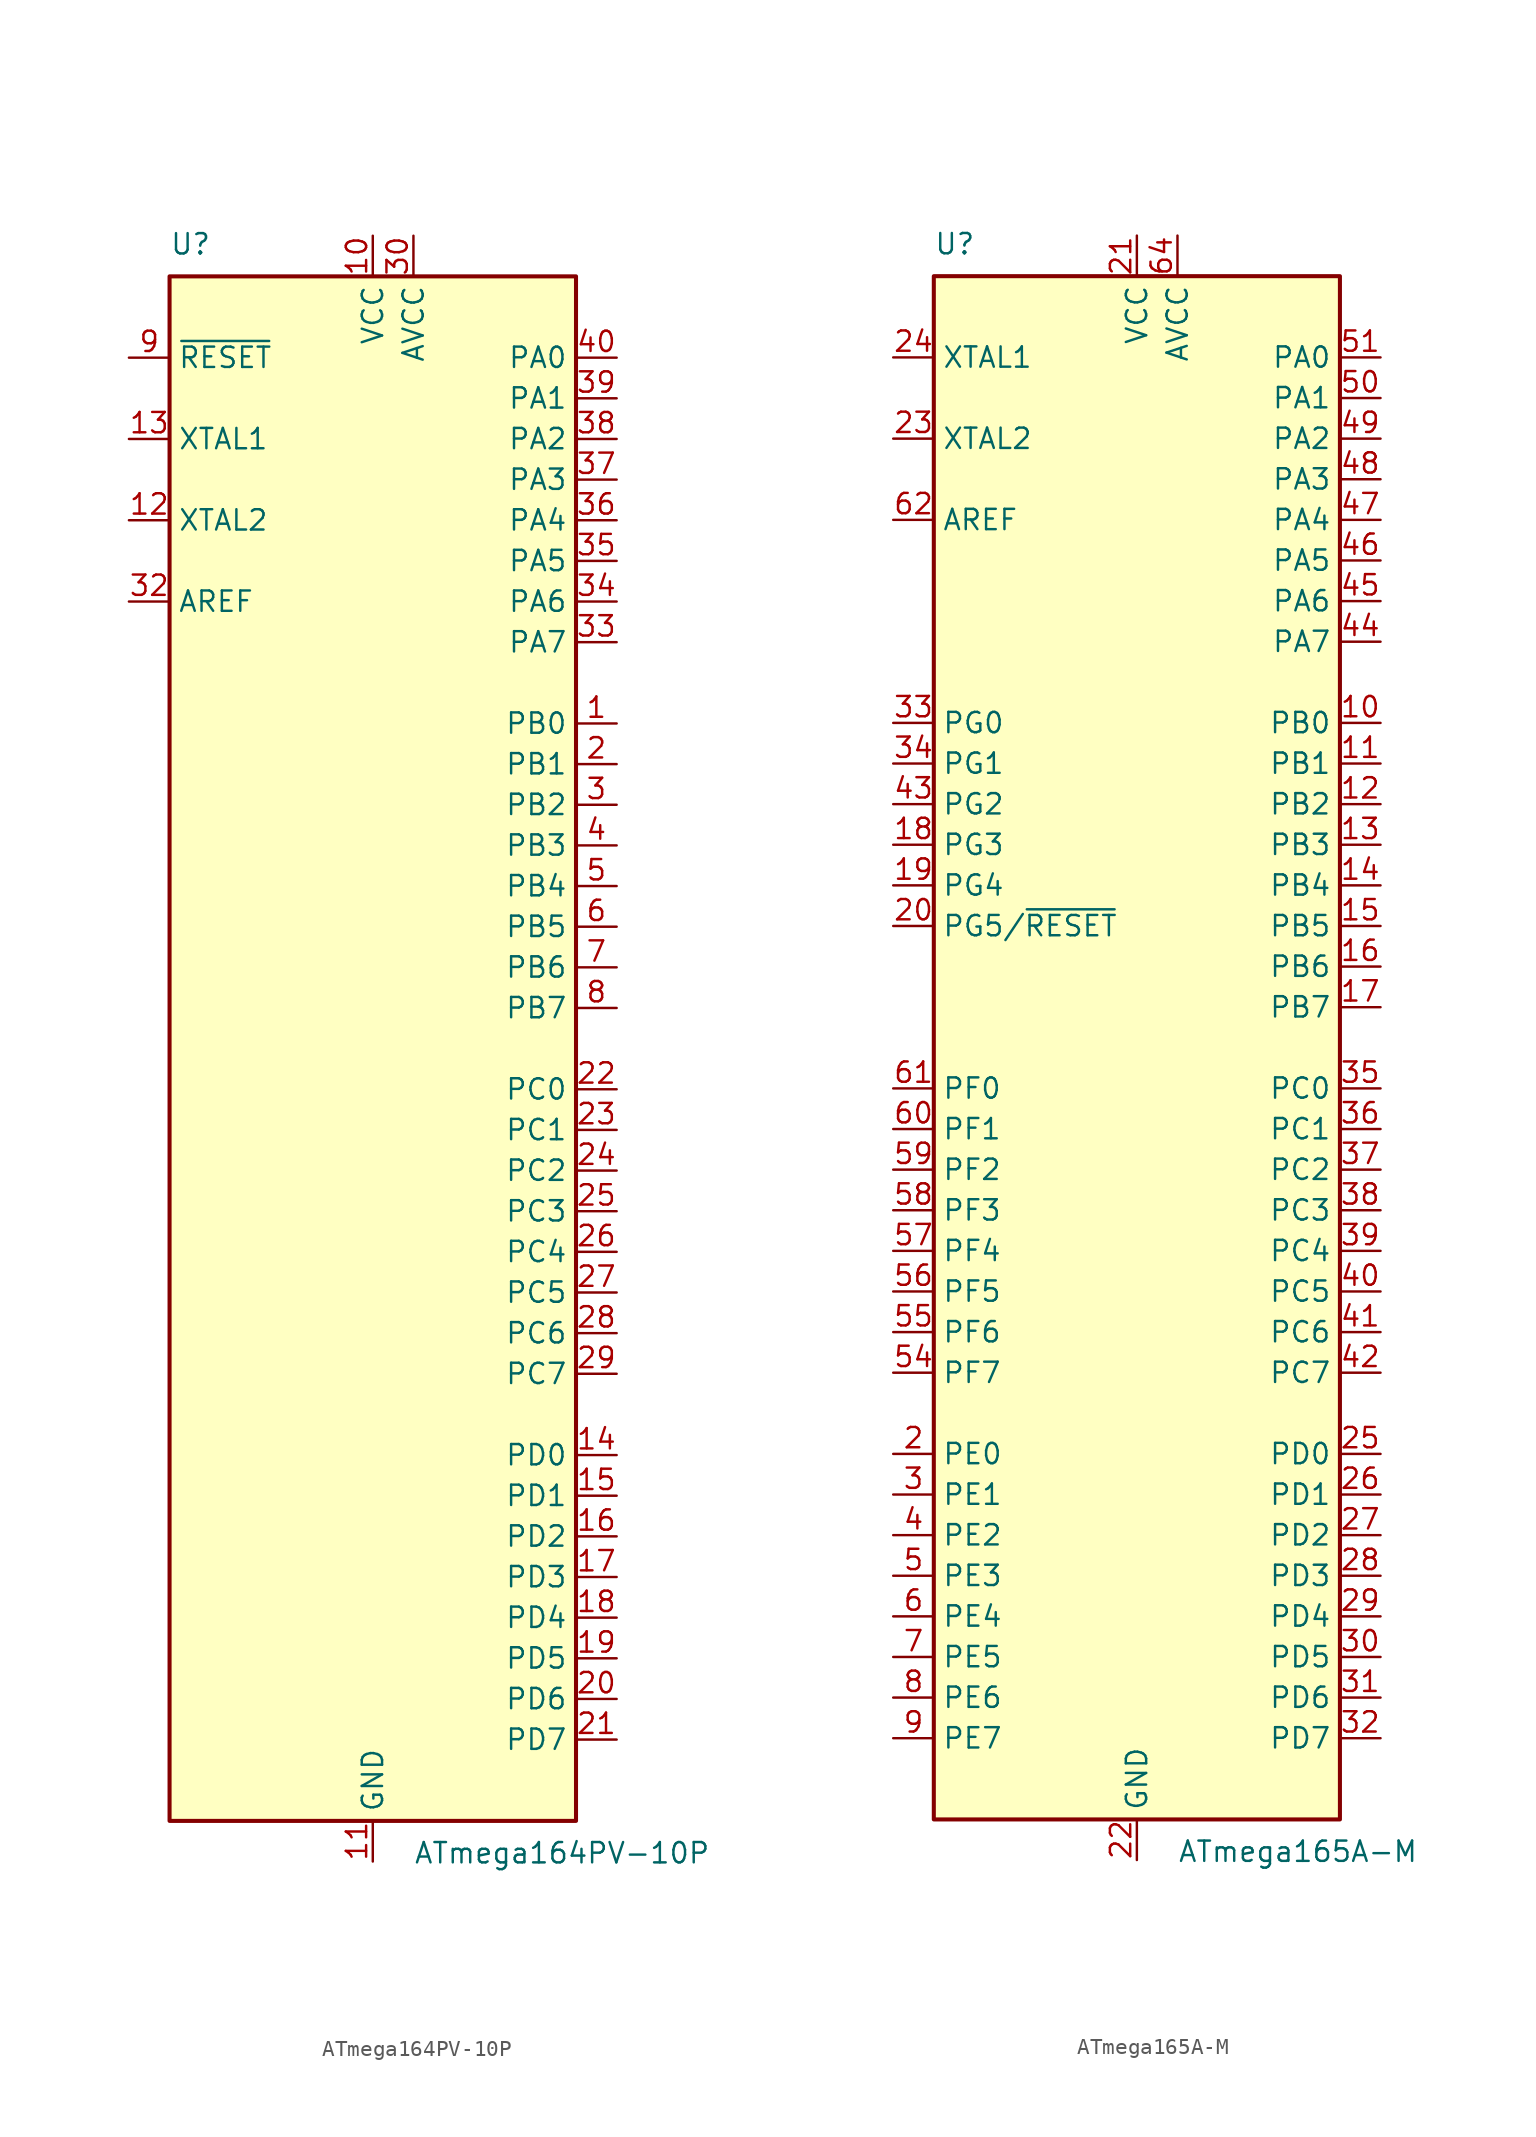
<source format=kicad_sym>
(kicad_symbol_lib
  (version 20220914)
  (generator kicad_symbol_editor)
  (symbol "ATmega164PV-10P"
    (property "Reference" "U"
      (at -12.7 49.53 0)
      (effects (font (size 1.27 1.27)) (justify left bottom)))
    (property "Value" "ATmega164PV-10P"
      (at 2.54 -49.53 0)
      (effects (font (size 1.27 1.27)) (justify left top)))
    (symbol "ATmega164PV-10P_0_1"
      (rectangle (start -12.7 -48.26) (end 12.7 48.26) (stroke (width 0.254) (type default)) (fill (type background))))
    (symbol "ATmega164PV-10P_1_1"
      (pin bidirectional line (at 15.24 20.32 180) (length 2.54) (name "PB0" (effects (font (size 1.27 1.27)))) (number "1" (effects (font (size 1.27 1.27)))))
      (pin power_in line (at 0 50.8 270) (length 2.54) (name "VCC" (effects (font (size 1.27 1.27)))) (number "10" (effects (font (size 1.27 1.27)))))
      (pin power_in line (at 0 -50.8 90) (length 2.54) (name "GND" (effects (font (size 1.27 1.27)))) (number "11" (effects (font (size 1.27 1.27)))))
      (pin output line (at -15.24 33.02 0) (length 2.54) (name "XTAL2" (effects (font (size 1.27 1.27)))) (number "12" (effects (font (size 1.27 1.27)))))
      (pin input line (at -15.24 38.1 0) (length 2.54) (name "XTAL1" (effects (font (size 1.27 1.27)))) (number "13" (effects (font (size 1.27 1.27)))))
      (pin bidirectional line (at 15.24 -25.4 180) (length 2.54) (name "PD0" (effects (font (size 1.27 1.27)))) (number "14" (effects (font (size 1.27 1.27)))))
      (pin bidirectional line (at 15.24 -27.94 180) (length 2.54) (name "PD1" (effects (font (size 1.27 1.27)))) (number "15" (effects (font (size 1.27 1.27)))))
      (pin bidirectional line (at 15.24 -30.48 180) (length 2.54) (name "PD2" (effects (font (size 1.27 1.27)))) (number "16" (effects (font (size 1.27 1.27)))))
      (pin bidirectional line (at 15.24 -33.02 180) (length 2.54) (name "PD3" (effects (font (size 1.27 1.27)))) (number "17" (effects (font (size 1.27 1.27)))))
      (pin bidirectional line (at 15.24 -35.56 180) (length 2.54) (name "PD4" (effects (font (size 1.27 1.27)))) (number "18" (effects (font (size 1.27 1.27)))))
      (pin bidirectional line (at 15.24 -38.1 180) (length 2.54) (name "PD5" (effects (font (size 1.27 1.27)))) (number "19" (effects (font (size 1.27 1.27)))))
      (pin bidirectional line (at 15.24 17.78 180) (length 2.54) (name "PB1" (effects (font (size 1.27 1.27)))) (number "2" (effects (font (size 1.27 1.27)))))
      (pin bidirectional line (at 15.24 -40.64 180) (length 2.54) (name "PD6" (effects (font (size 1.27 1.27)))) (number "20" (effects (font (size 1.27 1.27)))))
      (pin bidirectional line (at 15.24 -43.18 180) (length 2.54) (name "PD7" (effects (font (size 1.27 1.27)))) (number "21" (effects (font (size 1.27 1.27)))))
      (pin bidirectional line (at 15.24 -2.54 180) (length 2.54) (name "PC0" (effects (font (size 1.27 1.27)))) (number "22" (effects (font (size 1.27 1.27)))))
      (pin bidirectional line (at 15.24 -5.08 180) (length 2.54) (name "PC1" (effects (font (size 1.27 1.27)))) (number "23" (effects (font (size 1.27 1.27)))))
      (pin bidirectional line (at 15.24 -7.62 180) (length 2.54) (name "PC2" (effects (font (size 1.27 1.27)))) (number "24" (effects (font (size 1.27 1.27)))))
      (pin bidirectional line (at 15.24 -10.16 180) (length 2.54) (name "PC3" (effects (font (size 1.27 1.27)))) (number "25" (effects (font (size 1.27 1.27)))))
      (pin bidirectional line (at 15.24 -12.7 180) (length 2.54) (name "PC4" (effects (font (size 1.27 1.27)))) (number "26" (effects (font (size 1.27 1.27)))))
      (pin bidirectional line (at 15.24 -15.24 180) (length 2.54) (name "PC5" (effects (font (size 1.27 1.27)))) (number "27" (effects (font (size 1.27 1.27)))))
      (pin bidirectional line (at 15.24 -17.78 180) (length 2.54) (name "PC6" (effects (font (size 1.27 1.27)))) (number "28" (effects (font (size 1.27 1.27)))))
      (pin bidirectional line (at 15.24 -20.32 180) (length 2.54) (name "PC7" (effects (font (size 1.27 1.27)))) (number "29" (effects (font (size 1.27 1.27)))))
      (pin bidirectional line (at 15.24 15.24 180) (length 2.54) (name "PB2" (effects (font (size 1.27 1.27)))) (number "3" (effects (font (size 1.27 1.27)))))
      (pin power_in line (at 2.54 50.8 270) (length 2.54) (name "AVCC" (effects (font (size 1.27 1.27)))) (number "30" (effects (font (size 1.27 1.27)))))
      (pin passive line (at 0 -50.8 90) (length 2.54) hide (name "GND" (effects (font (size 1.27 1.27)))) (number "31" (effects (font (size 1.27 1.27)))))
      (pin passive line (at -15.24 27.94 0) (length 2.54) (name "AREF" (effects (font (size 1.27 1.27)))) (number "32" (effects (font (size 1.27 1.27)))))
      (pin bidirectional line (at 15.24 25.4 180) (length 2.54) (name "PA7" (effects (font (size 1.27 1.27)))) (number "33" (effects (font (size 1.27 1.27)))))
      (pin bidirectional line (at 15.24 27.94 180) (length 2.54) (name "PA6" (effects (font (size 1.27 1.27)))) (number "34" (effects (font (size 1.27 1.27)))))
      (pin bidirectional line (at 15.24 30.48 180) (length 2.54) (name "PA5" (effects (font (size 1.27 1.27)))) (number "35" (effects (font (size 1.27 1.27)))))
      (pin bidirectional line (at 15.24 33.02 180) (length 2.54) (name "PA4" (effects (font (size 1.27 1.27)))) (number "36" (effects (font (size 1.27 1.27)))))
      (pin bidirectional line (at 15.24 35.56 180) (length 2.54) (name "PA3" (effects (font (size 1.27 1.27)))) (number "37" (effects (font (size 1.27 1.27)))))
      (pin bidirectional line (at 15.24 38.1 180) (length 2.54) (name "PA2" (effects (font (size 1.27 1.27)))) (number "38" (effects (font (size 1.27 1.27)))))
      (pin bidirectional line (at 15.24 40.64 180) (length 2.54) (name "PA1" (effects (font (size 1.27 1.27)))) (number "39" (effects (font (size 1.27 1.27)))))
      (pin bidirectional line (at 15.24 12.7 180) (length 2.54) (name "PB3" (effects (font (size 1.27 1.27)))) (number "4" (effects (font (size 1.27 1.27)))))
      (pin bidirectional line (at 15.24 43.18 180) (length 2.54) (name "PA0" (effects (font (size 1.27 1.27)))) (number "40" (effects (font (size 1.27 1.27)))))
      (pin bidirectional line (at 15.24 10.16 180) (length 2.54) (name "PB4" (effects (font (size 1.27 1.27)))) (number "5" (effects (font (size 1.27 1.27)))))
      (pin bidirectional line (at 15.24 7.62 180) (length 2.54) (name "PB5" (effects (font (size 1.27 1.27)))) (number "6" (effects (font (size 1.27 1.27)))))
      (pin bidirectional line (at 15.24 5.08 180) (length 2.54) (name "PB6" (effects (font (size 1.27 1.27)))) (number "7" (effects (font (size 1.27 1.27)))))
      (pin bidirectional line (at 15.24 2.54 180) (length 2.54) (name "PB7" (effects (font (size 1.27 1.27)))) (number "8" (effects (font (size 1.27 1.27)))))
      (pin input line (at -15.24 43.18 0) (length 2.54) (name "~{RESET}" (effects (font (size 1.27 1.27)))) (number "9" (effects (font (size 1.27 1.27)))))))
  (symbol "ATmega165A-M"
    (property "Reference" "U"
      (at -12.7 49.53 0)
      (effects (font (size 1.27 1.27)) (justify left bottom)))
    (property "Value" "ATmega165A-M"
      (at 2.54 -49.53 0)
      (effects (font (size 1.27 1.27)) (justify left top)))
    (symbol "ATmega165A-M_0_1"
      (rectangle (start -12.7 -48.26) (end 12.7 48.26) (stroke (width 0.254) (type default)) (fill (type background))))
    (symbol "ATmega165A-M_1_1"
      (pin no_connect line (at -12.7 -45.72 0) (length 2.54) hide (name "NC" (effects (font (size 1.27 1.27)))) (number "1" (effects (font (size 1.27 1.27)))))
      (pin bidirectional line (at 15.24 20.32 180) (length 2.54) (name "PB0" (effects (font (size 1.27 1.27)))) (number "10" (effects (font (size 1.27 1.27)))))
      (pin bidirectional line (at 15.24 17.78 180) (length 2.54) (name "PB1" (effects (font (size 1.27 1.27)))) (number "11" (effects (font (size 1.27 1.27)))))
      (pin bidirectional line (at 15.24 15.24 180) (length 2.54) (name "PB2" (effects (font (size 1.27 1.27)))) (number "12" (effects (font (size 1.27 1.27)))))
      (pin bidirectional line (at 15.24 12.7 180) (length 2.54) (name "PB3" (effects (font (size 1.27 1.27)))) (number "13" (effects (font (size 1.27 1.27)))))
      (pin bidirectional line (at 15.24 10.16 180) (length 2.54) (name "PB4" (effects (font (size 1.27 1.27)))) (number "14" (effects (font (size 1.27 1.27)))))
      (pin bidirectional line (at 15.24 7.62 180) (length 2.54) (name "PB5" (effects (font (size 1.27 1.27)))) (number "15" (effects (font (size 1.27 1.27)))))
      (pin bidirectional line (at 15.24 5.08 180) (length 2.54) (name "PB6" (effects (font (size 1.27 1.27)))) (number "16" (effects (font (size 1.27 1.27)))))
      (pin bidirectional line (at 15.24 2.54 180) (length 2.54) (name "PB7" (effects (font (size 1.27 1.27)))) (number "17" (effects (font (size 1.27 1.27)))))
      (pin bidirectional line (at -15.24 12.7 0) (length 2.54) (name "PG3" (effects (font (size 1.27 1.27)))) (number "18" (effects (font (size 1.27 1.27)))))
      (pin bidirectional line (at -15.24 10.16 0) (length 2.54) (name "PG4" (effects (font (size 1.27 1.27)))) (number "19" (effects (font (size 1.27 1.27)))))
      (pin bidirectional line (at -15.24 -25.4 0) (length 2.54) (name "PE0" (effects (font (size 1.27 1.27)))) (number "2" (effects (font (size 1.27 1.27)))))
      (pin bidirectional line (at -15.24 7.62 0) (length 2.54) (name "PG5/~{RESET}" (effects (font (size 1.27 1.27)))) (number "20" (effects (font (size 1.27 1.27)))))
      (pin power_in line (at 0 50.8 270) (length 2.54) (name "VCC" (effects (font (size 1.27 1.27)))) (number "21" (effects (font (size 1.27 1.27)))))
      (pin power_in line (at 0 -50.8 90) (length 2.54) (name "GND" (effects (font (size 1.27 1.27)))) (number "22" (effects (font (size 1.27 1.27)))))
      (pin output line (at -15.24 38.1 0) (length 2.54) (name "XTAL2" (effects (font (size 1.27 1.27)))) (number "23" (effects (font (size 1.27 1.27)))))
      (pin input line (at -15.24 43.18 0) (length 2.54) (name "XTAL1" (effects (font (size 1.27 1.27)))) (number "24" (effects (font (size 1.27 1.27)))))
      (pin bidirectional line (at 15.24 -25.4 180) (length 2.54) (name "PD0" (effects (font (size 1.27 1.27)))) (number "25" (effects (font (size 1.27 1.27)))))
      (pin bidirectional line (at 15.24 -27.94 180) (length 2.54) (name "PD1" (effects (font (size 1.27 1.27)))) (number "26" (effects (font (size 1.27 1.27)))))
      (pin bidirectional line (at 15.24 -30.48 180) (length 2.54) (name "PD2" (effects (font (size 1.27 1.27)))) (number "27" (effects (font (size 1.27 1.27)))))
      (pin bidirectional line (at 15.24 -33.02 180) (length 2.54) (name "PD3" (effects (font (size 1.27 1.27)))) (number "28" (effects (font (size 1.27 1.27)))))
      (pin bidirectional line (at 15.24 -35.56 180) (length 2.54) (name "PD4" (effects (font (size 1.27 1.27)))) (number "29" (effects (font (size 1.27 1.27)))))
      (pin bidirectional line (at -15.24 -27.94 0) (length 2.54) (name "PE1" (effects (font (size 1.27 1.27)))) (number "3" (effects (font (size 1.27 1.27)))))
      (pin bidirectional line (at 15.24 -38.1 180) (length 2.54) (name "PD5" (effects (font (size 1.27 1.27)))) (number "30" (effects (font (size 1.27 1.27)))))
      (pin bidirectional line (at 15.24 -40.64 180) (length 2.54) (name "PD6" (effects (font (size 1.27 1.27)))) (number "31" (effects (font (size 1.27 1.27)))))
      (pin bidirectional line (at 15.24 -43.18 180) (length 2.54) (name "PD7" (effects (font (size 1.27 1.27)))) (number "32" (effects (font (size 1.27 1.27)))))
      (pin bidirectional line (at -15.24 20.32 0) (length 2.54) (name "PG0" (effects (font (size 1.27 1.27)))) (number "33" (effects (font (size 1.27 1.27)))))
      (pin bidirectional line (at -15.24 17.78 0) (length 2.54) (name "PG1" (effects (font (size 1.27 1.27)))) (number "34" (effects (font (size 1.27 1.27)))))
      (pin bidirectional line (at 15.24 -2.54 180) (length 2.54) (name "PC0" (effects (font (size 1.27 1.27)))) (number "35" (effects (font (size 1.27 1.27)))))
      (pin bidirectional line (at 15.24 -5.08 180) (length 2.54) (name "PC1" (effects (font (size 1.27 1.27)))) (number "36" (effects (font (size 1.27 1.27)))))
      (pin bidirectional line (at 15.24 -7.62 180) (length 2.54) (name "PC2" (effects (font (size 1.27 1.27)))) (number "37" (effects (font (size 1.27 1.27)))))
      (pin bidirectional line (at 15.24 -10.16 180) (length 2.54) (name "PC3" (effects (font (size 1.27 1.27)))) (number "38" (effects (font (size 1.27 1.27)))))
      (pin bidirectional line (at 15.24 -12.7 180) (length 2.54) (name "PC4" (effects (font (size 1.27 1.27)))) (number "39" (effects (font (size 1.27 1.27)))))
      (pin bidirectional line (at -15.24 -30.48 0) (length 2.54) (name "PE2" (effects (font (size 1.27 1.27)))) (number "4" (effects (font (size 1.27 1.27)))))
      (pin bidirectional line (at 15.24 -15.24 180) (length 2.54) (name "PC5" (effects (font (size 1.27 1.27)))) (number "40" (effects (font (size 1.27 1.27)))))
      (pin bidirectional line (at 15.24 -17.78 180) (length 2.54) (name "PC6" (effects (font (size 1.27 1.27)))) (number "41" (effects (font (size 1.27 1.27)))))
      (pin bidirectional line (at 15.24 -20.32 180) (length 2.54) (name "PC7" (effects (font (size 1.27 1.27)))) (number "42" (effects (font (size 1.27 1.27)))))
      (pin bidirectional line (at -15.24 15.24 0) (length 2.54) (name "PG2" (effects (font (size 1.27 1.27)))) (number "43" (effects (font (size 1.27 1.27)))))
      (pin bidirectional line (at 15.24 25.4 180) (length 2.54) (name "PA7" (effects (font (size 1.27 1.27)))) (number "44" (effects (font (size 1.27 1.27)))))
      (pin bidirectional line (at 15.24 27.94 180) (length 2.54) (name "PA6" (effects (font (size 1.27 1.27)))) (number "45" (effects (font (size 1.27 1.27)))))
      (pin bidirectional line (at 15.24 30.48 180) (length 2.54) (name "PA5" (effects (font (size 1.27 1.27)))) (number "46" (effects (font (size 1.27 1.27)))))
      (pin bidirectional line (at 15.24 33.02 180) (length 2.54) (name "PA4" (effects (font (size 1.27 1.27)))) (number "47" (effects (font (size 1.27 1.27)))))
      (pin bidirectional line (at 15.24 35.56 180) (length 2.54) (name "PA3" (effects (font (size 1.27 1.27)))) (number "48" (effects (font (size 1.27 1.27)))))
      (pin bidirectional line (at 15.24 38.1 180) (length 2.54) (name "PA2" (effects (font (size 1.27 1.27)))) (number "49" (effects (font (size 1.27 1.27)))))
      (pin bidirectional line (at -15.24 -33.02 0) (length 2.54) (name "PE3" (effects (font (size 1.27 1.27)))) (number "5" (effects (font (size 1.27 1.27)))))
      (pin bidirectional line (at 15.24 40.64 180) (length 2.54) (name "PA1" (effects (font (size 1.27 1.27)))) (number "50" (effects (font (size 1.27 1.27)))))
      (pin bidirectional line (at 15.24 43.18 180) (length 2.54) (name "PA0" (effects (font (size 1.27 1.27)))) (number "51" (effects (font (size 1.27 1.27)))))
      (pin passive line (at 0 50.8 270) (length 2.54) hide (name "VCC" (effects (font (size 1.27 1.27)))) (number "52" (effects (font (size 1.27 1.27)))))
      (pin passive line (at 0 -50.8 90) (length 2.54) hide (name "GND" (effects (font (size 1.27 1.27)))) (number "53" (effects (font (size 1.27 1.27)))))
      (pin bidirectional line (at -15.24 -20.32 0) (length 2.54) (name "PF7" (effects (font (size 1.27 1.27)))) (number "54" (effects (font (size 1.27 1.27)))))
      (pin bidirectional line (at -15.24 -17.78 0) (length 2.54) (name "PF6" (effects (font (size 1.27 1.27)))) (number "55" (effects (font (size 1.27 1.27)))))
      (pin bidirectional line (at -15.24 -15.24 0) (length 2.54) (name "PF5" (effects (font (size 1.27 1.27)))) (number "56" (effects (font (size 1.27 1.27)))))
      (pin bidirectional line (at -15.24 -12.7 0) (length 2.54) (name "PF4" (effects (font (size 1.27 1.27)))) (number "57" (effects (font (size 1.27 1.27)))))
      (pin bidirectional line (at -15.24 -10.16 0) (length 2.54) (name "PF3" (effects (font (size 1.27 1.27)))) (number "58" (effects (font (size 1.27 1.27)))))
      (pin bidirectional line (at -15.24 -7.62 0) (length 2.54) (name "PF2" (effects (font (size 1.27 1.27)))) (number "59" (effects (font (size 1.27 1.27)))))
      (pin bidirectional line (at -15.24 -35.56 0) (length 2.54) (name "PE4" (effects (font (size 1.27 1.27)))) (number "6" (effects (font (size 1.27 1.27)))))
      (pin bidirectional line (at -15.24 -5.08 0) (length 2.54) (name "PF1" (effects (font (size 1.27 1.27)))) (number "60" (effects (font (size 1.27 1.27)))))
      (pin bidirectional line (at -15.24 -2.54 0) (length 2.54) (name "PF0" (effects (font (size 1.27 1.27)))) (number "61" (effects (font (size 1.27 1.27)))))
      (pin passive line (at -15.24 33.02 0) (length 2.54) (name "AREF" (effects (font (size 1.27 1.27)))) (number "62" (effects (font (size 1.27 1.27)))))
      (pin passive line (at 0 -50.8 90) (length 2.54) hide (name "GND" (effects (font (size 1.27 1.27)))) (number "63" (effects (font (size 1.27 1.27)))))
      (pin power_in line (at 2.54 50.8 270) (length 2.54) (name "AVCC" (effects (font (size 1.27 1.27)))) (number "64" (effects (font (size 1.27 1.27)))))
      (pin passive line (at 0 -50.8 90) (length 2.54) hide (name "GND" (effects (font (size 1.27 1.27)))) (number "65" (effects (font (size 1.27 1.27)))))
      (pin bidirectional line (at -15.24 -38.1 0) (length 2.54) (name "PE5" (effects (font (size 1.27 1.27)))) (number "7" (effects (font (size 1.27 1.27)))))
      (pin bidirectional line (at -15.24 -40.64 0) (length 2.54) (name "PE6" (effects (font (size 1.27 1.27)))) (number "8" (effects (font (size 1.27 1.27)))))
      (pin bidirectional line (at -15.24 -43.18 0) (length 2.54) (name "PE7" (effects (font (size 1.27 1.27)))) (number "9" (effects (font (size 1.27 1.27))))))))
</source>
